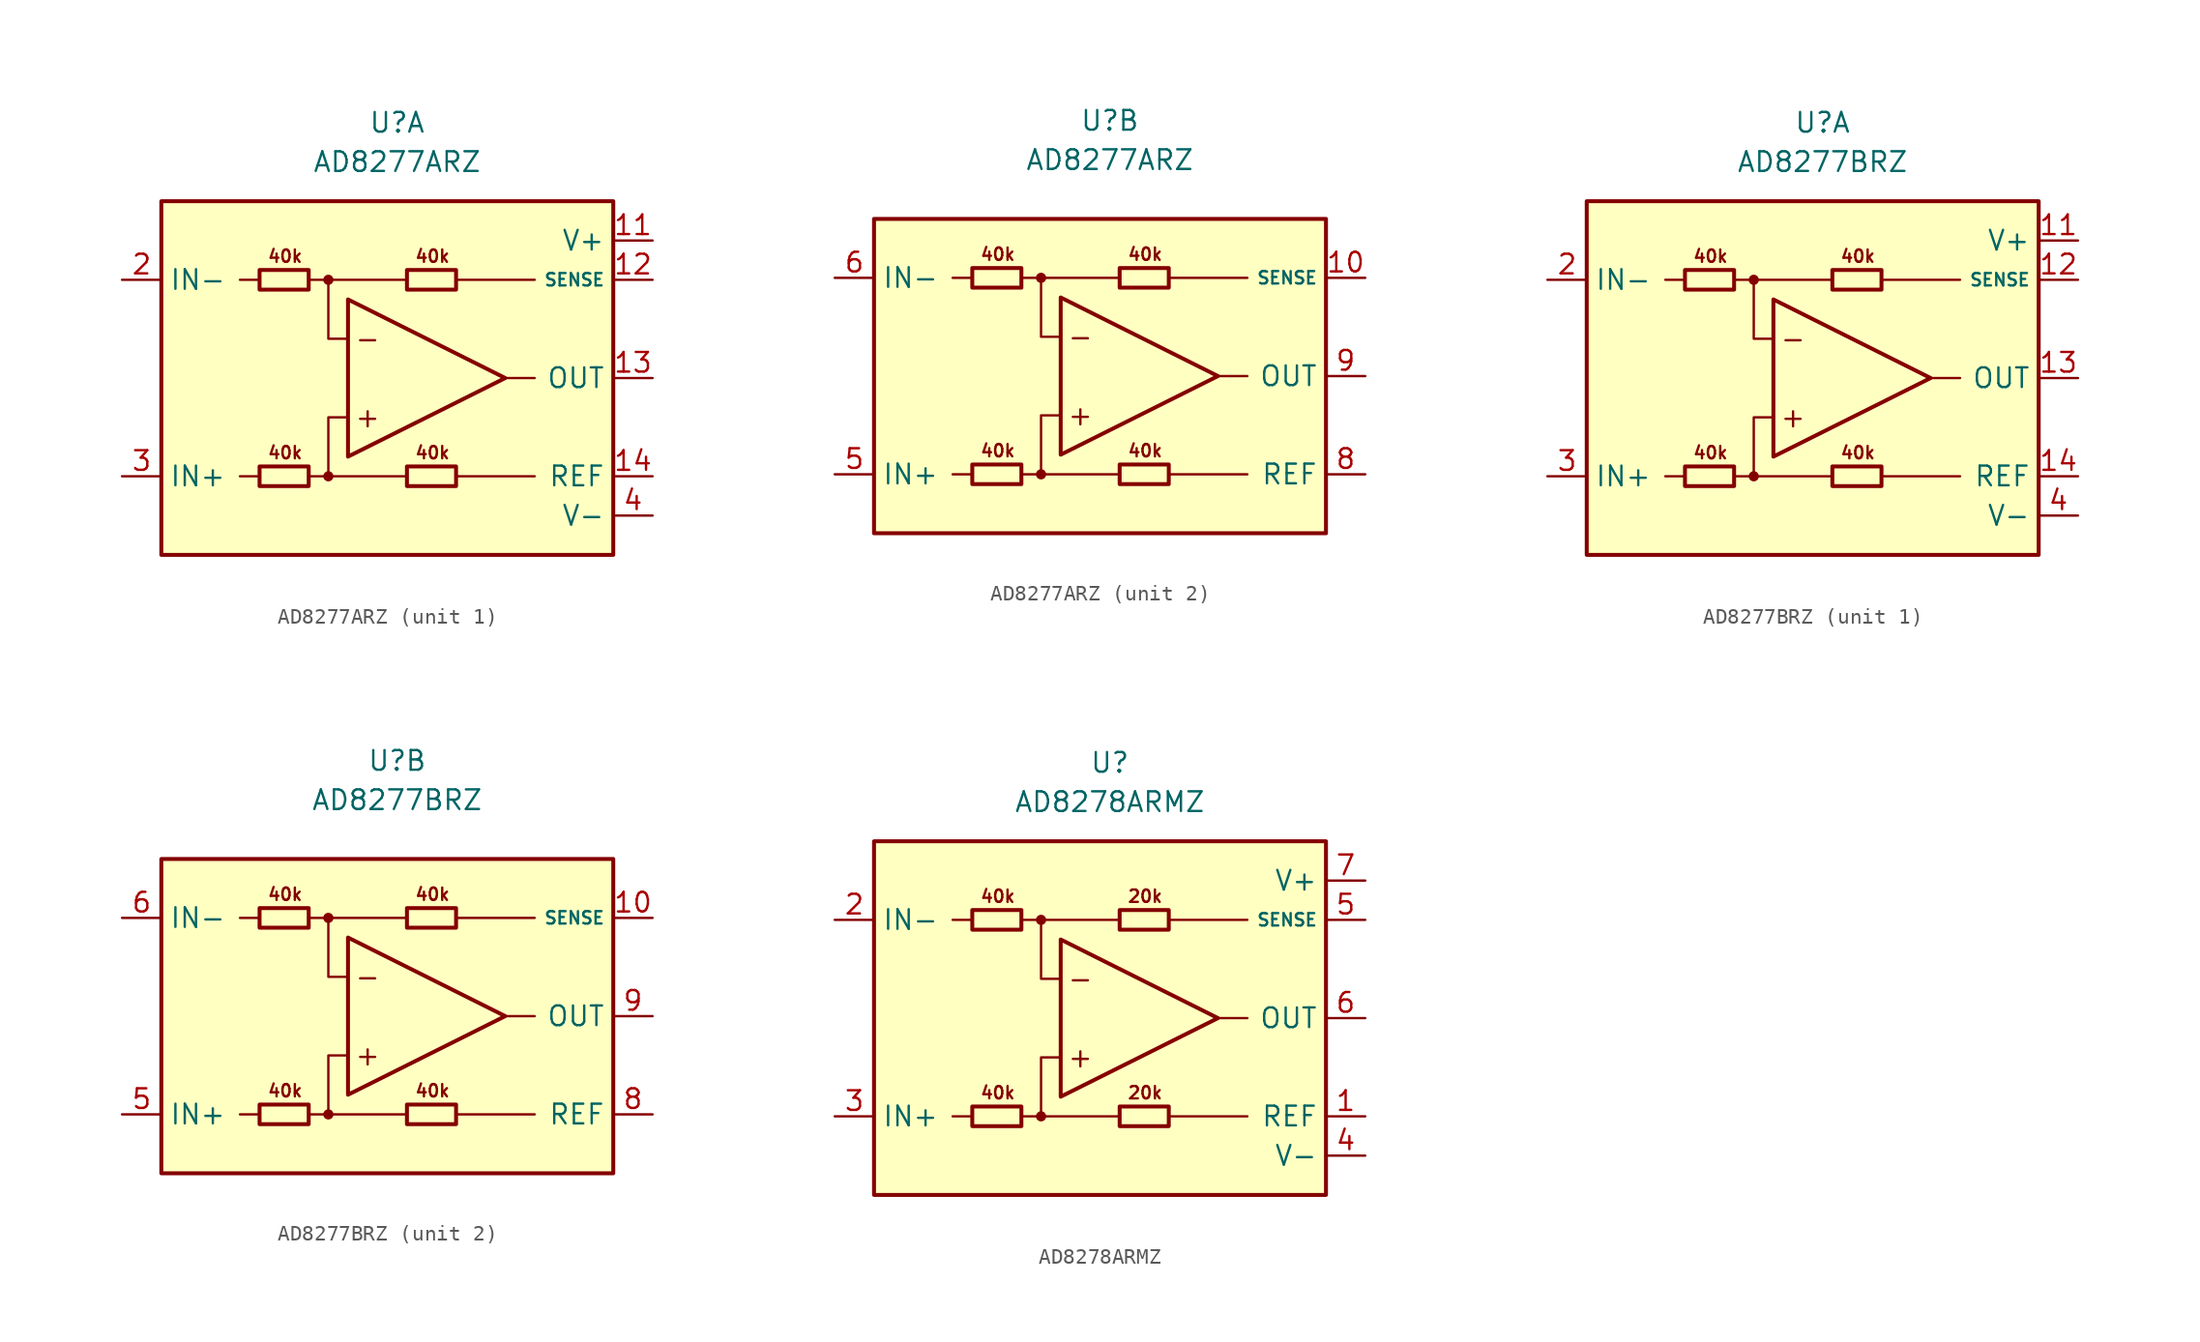
<source format=kicad_sym>
(kicad_symbol_lib
  (version 20211014)
  (generator kicad_symbol_editor)
  (symbol "AD8277ARZ"
    (property "Reference" "U"
      (at 0 16.51 0)
      (effects (font (size 1.27 1.27))))
    (property "Value" "AD8277ARZ"
      (at 0 13.97 0)
      (effects (font (size 1.27 1.27))))
    (property "ki_locked" ""
      (at 0 0 0)
      (effects (font (size 1.27 1.27))))
    (symbol "AD8277ARZ_0_0"
      (circle (center -4.445 -6.35) (radius 0.254) (stroke (width 0.152) (type default) (color 0 0 0 0)) (fill (type outline)))
      (circle (center -4.445 6.35) (radius 0.254) (stroke (width 0.152) (type default) (color 0 0 0 0)) (fill (type outline)))
      (polyline (pts (xy -8.89 -6.35) (xy -10.16 -6.35)) (stroke (width 0.152) (type default) (color 0 0 0 0)) (fill (type none)))
      (polyline (pts (xy -8.89 6.35) (xy -10.16 6.35)) (stroke (width 0.152) (type default) (color 0 0 0 0)) (fill (type none)))
      (polyline (pts (xy -4.445 6.35) (xy 0.635 6.35)) (stroke (width 0.152) (type default) (color 0 0 0 0)) (fill (type none)))
      (polyline (pts (xy 0.635 -6.35) (xy -4.445 -6.35)) (stroke (width 0.152) (type default) (color 0 0 0 0)) (fill (type none)))
      (polyline (pts (xy 3.81 -6.35) (xy 8.89 -6.35)) (stroke (width 0.152) (type default) (color 0 0 0 0)) (fill (type none)))
      (polyline (pts (xy 3.81 6.35) (xy 8.89 6.35)) (stroke (width 0.152) (type default) (color 0 0 0 0)) (fill (type none)))
      (polyline (pts (xy 6.985 0) (xy 8.89 0)) (stroke (width 0.152) (type default) (color 0 0 0 0)) (fill (type none)))
      (polyline (pts (xy -5.715 -6.35) (xy -4.445 -6.35) (xy -4.445 -2.54) (xy -3.175 -2.54)) (stroke (width 0.152) (type default) (color 0 0 0 0)) (fill (type none)))
      (polyline (pts (xy -3.175 2.54) (xy -4.445 2.54) (xy -4.445 6.35) (xy -5.715 6.35)) (stroke (width 0.152) (type default) (color 0 0 0 0)) (fill (type none)))
      (text "+" (at -1.905 -2.54 0) (effects (font (size 1.27 1.27))))
      (text "-" (at -1.905 2.54 0) (effects (font (size 1.27 1.27))))
      (text "40k" (at -7.239 -4.826 0) (effects (font (size 0.8 0.8))))
      (text "40k" (at -7.239 7.874 0) (effects (font (size 0.8 0.8))))
      (text "40k" (at 2.286 -4.826 0) (effects (font (size 0.8 0.8))))
      (text "40k" (at 2.286 7.874 0) (effects (font (size 0.8 0.8)))))
    (symbol "AD8277ARZ_0_1"
      (rectangle (start -8.89 -5.715) (end -5.715 -6.985) (stroke (width 0.254) (type default) (color 0 0 0 0)) (fill (type none)))
      (rectangle (start -8.89 6.985) (end -5.715 5.715) (stroke (width 0.254) (type default) (color 0 0 0 0)) (fill (type none)))
      (polyline (pts (xy -3.175 5.08) (xy -3.175 -5.08) (xy 6.985 0) (xy -3.175 5.08)) (stroke (width 0.254) (type default) (color 0 0 0 0)) (fill (type background)))
      (rectangle (start 0.635 -5.715) (end 3.81 -6.985) (stroke (width 0.254) (type default) (color 0 0 0 0)) (fill (type none)))
      (rectangle (start 0.635 6.985) (end 3.81 5.715) (stroke (width 0.254) (type default) (color 0 0 0 0)) (fill (type none))))
    (symbol "AD8277ARZ_1_0"
      (rectangle (start -15.24 11.43) (end 13.97 -11.43) (stroke (width 0.254) (type default) (color 0 0 0 0)) (fill (type background))))
    (symbol "AD8277ARZ_1_1"
      (pin no_connect line (at -8.89 1.27 0) (length 2.54) hide (name "NC" (effects (font (size 1.27 1.27)))) (number "1" (effects (font (size 1.27 1.27)))))
      (pin power_in line (at 16.51 8.89 180) (length 2.54) (name "V+" (effects (font (size 1.27 1.27)))) (number "11" (effects (font (size 1.27 1.27)))))
      (pin input line (at 16.51 6.35 180) (length 2.54) (name "SENSE" (effects (font (size 0.8 0.8)))) (number "12" (effects (font (size 1.27 1.27)))))
      (pin output line (at 16.51 0 180) (length 2.54) (name "OUT" (effects (font (size 1.27 1.27)))) (number "13" (effects (font (size 1.27 1.27)))))
      (pin input line (at 16.51 -6.35 180) (length 2.54) (name "REF" (effects (font (size 1.27 1.27)))) (number "14" (effects (font (size 1.27 1.27)))))
      (pin input line (at -17.78 6.35 0) (length 2.54) (name "IN-" (effects (font (size 1.27 1.27)))) (number "2" (effects (font (size 1.27 1.27)))))
      (pin input line (at -17.78 -6.35 0) (length 2.54) (name "IN+" (effects (font (size 1.27 1.27)))) (number "3" (effects (font (size 1.27 1.27)))))
      (pin power_in line (at 16.51 -8.89 180) (length 2.54) (name "V-" (effects (font (size 1.27 1.27)))) (number "4" (effects (font (size 1.27 1.27)))))
      (pin no_connect line (at -8.89 -1.27 0) (length 2.54) hide (name "NC" (effects (font (size 1.27 1.27)))) (number "7" (effects (font (size 1.27 1.27))))))
    (symbol "AD8277ARZ_2_0"
      (rectangle (start -15.24 10.16) (end 13.97 -10.16) (stroke (width 0.254) (type default) (color 0 0 0 0)) (fill (type background))))
    (symbol "AD8277ARZ_2_1"
      (pin input line (at 16.51 6.35 180) (length 2.54) (name "SENSE" (effects (font (size 0.8 0.8)))) (number "10" (effects (font (size 1.27 1.27)))))
      (pin input line (at -17.78 -6.35 0) (length 2.54) (name "IN+" (effects (font (size 1.27 1.27)))) (number "5" (effects (font (size 1.27 1.27)))))
      (pin input line (at -17.78 6.35 0) (length 2.54) (name "IN-" (effects (font (size 1.27 1.27)))) (number "6" (effects (font (size 1.27 1.27)))))
      (pin input line (at 16.51 -6.35 180) (length 2.54) (name "REF" (effects (font (size 1.27 1.27)))) (number "8" (effects (font (size 1.27 1.27)))))
      (pin output line (at 16.51 0 180) (length 2.54) (name "OUT" (effects (font (size 1.27 1.27)))) (number "9" (effects (font (size 1.27 1.27)))))))
  (symbol "AD8277BRZ"
    (property "Reference" "U"
      (at 0 16.51 0)
      (effects (font (size 1.27 1.27))))
    (property "Value" "AD8277BRZ"
      (at 0 13.97 0)
      (effects (font (size 1.27 1.27))))
    (property "ki_locked" ""
      (at 0 0 0)
      (effects (font (size 1.27 1.27))))
    (symbol "AD8277BRZ_0_0"
      (circle (center -4.445 -6.35) (radius 0.254) (stroke (width 0.152) (type default) (color 0 0 0 0)) (fill (type outline)))
      (circle (center -4.445 6.35) (radius 0.254) (stroke (width 0.152) (type default) (color 0 0 0 0)) (fill (type outline)))
      (polyline (pts (xy -8.89 -6.35) (xy -10.16 -6.35)) (stroke (width 0.152) (type default) (color 0 0 0 0)) (fill (type none)))
      (polyline (pts (xy -8.89 6.35) (xy -10.16 6.35)) (stroke (width 0.152) (type default) (color 0 0 0 0)) (fill (type none)))
      (polyline (pts (xy -4.445 6.35) (xy 0.635 6.35)) (stroke (width 0.152) (type default) (color 0 0 0 0)) (fill (type none)))
      (polyline (pts (xy 0.635 -6.35) (xy -4.445 -6.35)) (stroke (width 0.152) (type default) (color 0 0 0 0)) (fill (type none)))
      (polyline (pts (xy 3.81 -6.35) (xy 8.89 -6.35)) (stroke (width 0.152) (type default) (color 0 0 0 0)) (fill (type none)))
      (polyline (pts (xy 3.81 6.35) (xy 8.89 6.35)) (stroke (width 0.152) (type default) (color 0 0 0 0)) (fill (type none)))
      (polyline (pts (xy 6.985 0) (xy 8.89 0)) (stroke (width 0.152) (type default) (color 0 0 0 0)) (fill (type none)))
      (polyline (pts (xy -5.715 -6.35) (xy -4.445 -6.35) (xy -4.445 -2.54) (xy -3.175 -2.54)) (stroke (width 0.152) (type default) (color 0 0 0 0)) (fill (type none)))
      (polyline (pts (xy -3.175 2.54) (xy -4.445 2.54) (xy -4.445 6.35) (xy -5.715 6.35)) (stroke (width 0.152) (type default) (color 0 0 0 0)) (fill (type none)))
      (text "+" (at -1.905 -2.54 0) (effects (font (size 1.27 1.27))))
      (text "-" (at -1.905 2.54 0) (effects (font (size 1.27 1.27))))
      (text "40k" (at -7.239 -4.826 0) (effects (font (size 0.8 0.8))))
      (text "40k" (at -7.239 7.874 0) (effects (font (size 0.8 0.8))))
      (text "40k" (at 2.286 -4.826 0) (effects (font (size 0.8 0.8))))
      (text "40k" (at 2.286 7.874 0) (effects (font (size 0.8 0.8)))))
    (symbol "AD8277BRZ_0_1"
      (rectangle (start -8.89 -5.715) (end -5.715 -6.985) (stroke (width 0.254) (type default) (color 0 0 0 0)) (fill (type none)))
      (rectangle (start -8.89 6.985) (end -5.715 5.715) (stroke (width 0.254) (type default) (color 0 0 0 0)) (fill (type none)))
      (polyline (pts (xy -3.175 5.08) (xy -3.175 -5.08) (xy 6.985 0) (xy -3.175 5.08)) (stroke (width 0.254) (type default) (color 0 0 0 0)) (fill (type none)))
      (rectangle (start 0.635 -5.715) (end 3.81 -6.985) (stroke (width 0.254) (type default) (color 0 0 0 0)) (fill (type none)))
      (rectangle (start 0.635 6.985) (end 3.81 5.715) (stroke (width 0.254) (type default) (color 0 0 0 0)) (fill (type none))))
    (symbol "AD8277BRZ_1_0"
      (rectangle (start -15.24 11.43) (end 13.97 -11.43) (stroke (width 0.254) (type default) (color 0 0 0 0)) (fill (type background))))
    (symbol "AD8277BRZ_1_1"
      (pin no_connect line (at -12.7 1.27 0) (length 2.54) hide (name "NC" (effects (font (size 1.27 1.27)))) (number "1" (effects (font (size 1.27 1.27)))))
      (pin power_in line (at 16.51 8.89 180) (length 2.54) (name "V+" (effects (font (size 1.27 1.27)))) (number "11" (effects (font (size 1.27 1.27)))))
      (pin input line (at 16.51 6.35 180) (length 2.54) (name "SENSE" (effects (font (size 0.8 0.8)))) (number "12" (effects (font (size 1.27 1.27)))))
      (pin output line (at 16.51 0 180) (length 2.54) (name "OUT" (effects (font (size 1.27 1.27)))) (number "13" (effects (font (size 1.27 1.27)))))
      (pin input line (at 16.51 -6.35 180) (length 2.54) (name "REF" (effects (font (size 1.27 1.27)))) (number "14" (effects (font (size 1.27 1.27)))))
      (pin input line (at -17.78 6.35 0) (length 2.54) (name "IN-" (effects (font (size 1.27 1.27)))) (number "2" (effects (font (size 1.27 1.27)))))
      (pin input line (at -17.78 -6.35 0) (length 2.54) (name "IN+" (effects (font (size 1.27 1.27)))) (number "3" (effects (font (size 1.27 1.27)))))
      (pin power_in line (at 16.51 -8.89 180) (length 2.54) (name "V-" (effects (font (size 1.27 1.27)))) (number "4" (effects (font (size 1.27 1.27)))))
      (pin no_connect line (at -12.7 -1.27 0) (length 2.54) hide (name "NC" (effects (font (size 1.27 1.27)))) (number "7" (effects (font (size 1.27 1.27))))))
    (symbol "AD8277BRZ_2_0"
      (rectangle (start -15.24 10.16) (end 13.97 -10.16) (stroke (width 0.254) (type default) (color 0 0 0 0)) (fill (type background))))
    (symbol "AD8277BRZ_2_1"
      (pin input line (at 16.51 6.35 180) (length 2.54) (name "SENSE" (effects (font (size 0.8 0.8)))) (number "10" (effects (font (size 1.27 1.27)))))
      (pin input line (at -17.78 -6.35 0) (length 2.54) (name "IN+" (effects (font (size 1.27 1.27)))) (number "5" (effects (font (size 1.27 1.27)))))
      (pin input line (at -17.78 6.35 0) (length 2.54) (name "IN-" (effects (font (size 1.27 1.27)))) (number "6" (effects (font (size 1.27 1.27)))))
      (pin input line (at 16.51 -6.35 180) (length 2.54) (name "REF" (effects (font (size 1.27 1.27)))) (number "8" (effects (font (size 1.27 1.27)))))
      (pin output line (at 16.51 0 180) (length 2.54) (name "OUT" (effects (font (size 1.27 1.27)))) (number "9" (effects (font (size 1.27 1.27)))))))
  (symbol "AD8278ARMZ"
    (property "Reference" "U"
      (at 0 16.51 0)
      (effects (font (size 1.27 1.27))))
    (property "Value" "AD8278ARMZ"
      (at 0 13.97 0)
      (effects (font (size 1.27 1.27))))
    (symbol "AD8278ARMZ_0_0"
      (rectangle (start -15.24 11.43) (end 13.97 -11.43) (stroke (width 0.254) (type default) (color 0 0 0 0)) (fill (type background)))
      (circle (center -4.445 -6.35) (radius 0.254) (stroke (width 0.152) (type default) (color 0 0 0 0)) (fill (type outline)))
      (circle (center -4.445 6.35) (radius 0.254) (stroke (width 0.152) (type default) (color 0 0 0 0)) (fill (type outline)))
      (polyline (pts (xy -8.89 -6.35) (xy -10.16 -6.35)) (stroke (width 0.152) (type default) (color 0 0 0 0)) (fill (type none)))
      (polyline (pts (xy -8.89 6.35) (xy -10.16 6.35)) (stroke (width 0.152) (type default) (color 0 0 0 0)) (fill (type none)))
      (polyline (pts (xy -4.445 6.35) (xy 0.635 6.35)) (stroke (width 0.152) (type default) (color 0 0 0 0)) (fill (type none)))
      (polyline (pts (xy 0.635 -6.35) (xy -4.445 -6.35)) (stroke (width 0.152) (type default) (color 0 0 0 0)) (fill (type none)))
      (polyline (pts (xy 3.81 -6.35) (xy 8.89 -6.35)) (stroke (width 0.152) (type default) (color 0 0 0 0)) (fill (type none)))
      (polyline (pts (xy 3.81 6.35) (xy 8.89 6.35)) (stroke (width 0.152) (type default) (color 0 0 0 0)) (fill (type none)))
      (polyline (pts (xy 6.985 0) (xy 8.89 0)) (stroke (width 0.152) (type default) (color 0 0 0 0)) (fill (type none)))
      (polyline (pts (xy -5.715 -6.35) (xy -4.445 -6.35) (xy -4.445 -2.54) (xy -3.175 -2.54)) (stroke (width 0.152) (type default) (color 0 0 0 0)) (fill (type none)))
      (polyline (pts (xy -3.175 2.54) (xy -4.445 2.54) (xy -4.445 6.35) (xy -5.715 6.35)) (stroke (width 0.152) (type default) (color 0 0 0 0)) (fill (type none)))
      (text "+" (at -1.905 -2.54 0) (effects (font (size 1.27 1.27))))
      (text "-" (at -1.905 2.54 0) (effects (font (size 1.27 1.27))))
      (text "20k" (at 2.286 -4.826 0) (effects (font (size 0.8 0.8))))
      (text "20k" (at 2.286 7.874 0) (effects (font (size 0.8 0.8))))
      (text "40k" (at -7.239 -4.826 0) (effects (font (size 0.8 0.8))))
      (text "40k" (at -7.239 7.874 0) (effects (font (size 0.8 0.8)))))
    (symbol "AD8278ARMZ_0_1"
      (rectangle (start -8.89 -5.715) (end -5.715 -6.985) (stroke (width 0.254) (type default) (color 0 0 0 0)) (fill (type none)))
      (rectangle (start -8.89 6.985) (end -5.715 5.715) (stroke (width 0.254) (type default) (color 0 0 0 0)) (fill (type none)))
      (polyline (pts (xy -3.175 5.08) (xy -3.175 -5.08) (xy 6.985 0) (xy -3.175 5.08)) (stroke (width 0.254) (type default) (color 0 0 0 0)) (fill (type none)))
      (rectangle (start 0.635 -5.715) (end 3.81 -6.985) (stroke (width 0.254) (type default) (color 0 0 0 0)) (fill (type none)))
      (rectangle (start 0.635 6.985) (end 3.81 5.715) (stroke (width 0.254) (type default) (color 0 0 0 0)) (fill (type none))))
    (symbol "AD8278ARMZ_1_1"
      (pin input line (at 16.51 -6.35 180) (length 2.54) (name "REF" (effects (font (size 1.27 1.27)))) (number "1" (effects (font (size 1.27 1.27)))))
      (pin input line (at -17.78 6.35 0) (length 2.54) (name "IN-" (effects (font (size 1.27 1.27)))) (number "2" (effects (font (size 1.27 1.27)))))
      (pin input line (at -17.78 -6.35 0) (length 2.54) (name "IN+" (effects (font (size 1.27 1.27)))) (number "3" (effects (font (size 1.27 1.27)))))
      (pin power_in line (at 16.51 -8.89 180) (length 2.54) (name "V-" (effects (font (size 1.27 1.27)))) (number "4" (effects (font (size 1.27 1.27)))))
      (pin input line (at 16.51 6.35 180) (length 2.54) (name "SENSE" (effects (font (size 0.8 0.8)))) (number "5" (effects (font (size 1.27 1.27)))))
      (pin output line (at 16.51 0 180) (length 2.54) (name "OUT" (effects (font (size 1.27 1.27)))) (number "6" (effects (font (size 1.27 1.27)))))
      (pin power_in line (at 16.51 8.89 180) (length 2.54) (name "V+" (effects (font (size 1.27 1.27)))) (number "7" (effects (font (size 1.27 1.27)))))
      (pin no_connect line (at -10.16 0 0) (length 2.54) hide (name "NC" (effects (font (size 1.27 1.27)))) (number "8" (effects (font (size 1.27 1.27))))))))
</source>
